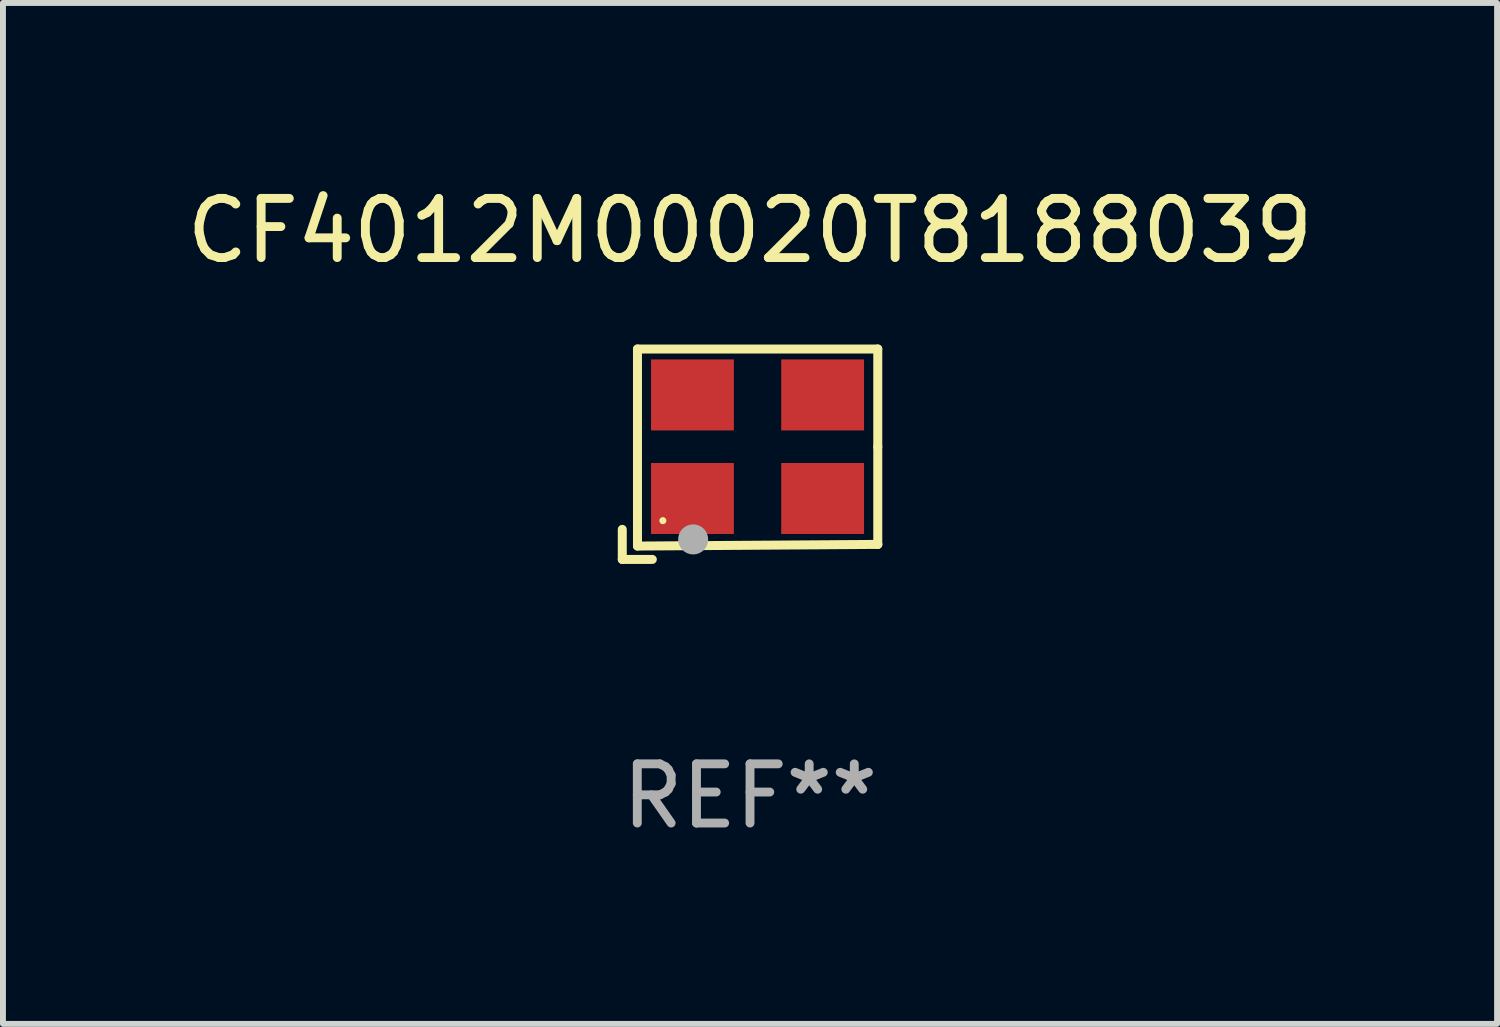
<source format=kicad_pcb>
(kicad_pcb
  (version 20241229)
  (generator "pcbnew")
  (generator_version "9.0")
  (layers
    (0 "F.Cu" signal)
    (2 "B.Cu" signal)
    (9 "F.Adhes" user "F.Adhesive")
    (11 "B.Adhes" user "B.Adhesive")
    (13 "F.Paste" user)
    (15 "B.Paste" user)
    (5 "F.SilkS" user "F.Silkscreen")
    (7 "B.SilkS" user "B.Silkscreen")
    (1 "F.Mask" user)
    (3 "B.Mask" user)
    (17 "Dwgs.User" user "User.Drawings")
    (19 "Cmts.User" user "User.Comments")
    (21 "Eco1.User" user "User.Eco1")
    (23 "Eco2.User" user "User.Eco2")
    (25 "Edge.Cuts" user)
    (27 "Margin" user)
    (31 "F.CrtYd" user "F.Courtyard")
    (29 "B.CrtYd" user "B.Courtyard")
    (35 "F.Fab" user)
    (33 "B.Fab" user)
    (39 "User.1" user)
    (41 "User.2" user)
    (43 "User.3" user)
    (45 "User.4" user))
  (footprint "CF4012M00020T8188039"
    (layer "F.Cu")
    (at 9.625 4.626)
    (property "Reference" "CF4012M00020T8188039" (at 0 -3.778 0) (layer "F.SilkS") (effects (font (size 1 1) (thickness 0.15))))
    (attr through_hole)
    (fp_line (start -2.159 1.27) (end -2.159 1.778) (stroke (width 0.152) (type solid)) (layer "F.SilkS"))
    (fp_line (start -2.159 1.778) (end -1.651 1.778) (stroke (width 0.152) (type solid)) (layer "F.SilkS"))
    (fp_line (start -1.902 -1.778) (end 2.159 -1.778) (stroke (width 0.152) (type solid)) (layer "F.SilkS"))
    (fp_line (start -1.902 1.552) (end -1.902 -1.778) (stroke (width 0.152) (type solid)) (layer "F.SilkS"))
    (fp_line (start 2.159 -1.778) (end 2.159 -0.127) (stroke (width 0.152) (type solid)) (layer "F.SilkS"))
    (fp_line (start 2.159 -0.127) (end 2.159 1.524) (stroke (width 0.152) (type solid)) (layer "F.SilkS"))
    (fp_line (start 2.159 1.524) (end -1.902 1.552) (stroke (width 0.152) (type solid)) (layer "F.SilkS"))
    (fp_line (start 2.159 1.524) (end 2.159 1.524) (stroke (width 0.152) (type solid)) (layer "F.SilkS"))
    (fp_circle (center -1.473 1.123) (end -1.443 1.123) (stroke (width 0.06) (type solid)) (fill no) (layer "F.SilkS"))
    (fp_circle (center -0.961 1.44) (end -0.834 1.44) (stroke (width 0.254) (type solid)) (fill no) (layer "F.Fab"))
    (fp_text user "REF**" (at 0 5.778 0) (layer "F.Fab") (effects (font (size 1 1) (thickness 0.15))))
    (pad "1" smd rect (at -0.973 0.748) (size 1.4 1.2) (layers "F.Cu" "F.Mask" "F.Paste"))
    (pad "2" smd rect (at 1.227 0.748) (size 1.4 1.2) (layers "F.Cu" "F.Mask" "F.Paste"))
    (pad "3" smd rect (at 1.227 -1.002) (size 1.4 1.2) (layers "F.Cu" "F.Mask" "F.Paste"))
    (pad "4" smd rect (at -0.973 -1.002) (size 1.4 1.2) (layers "F.Cu" "F.Mask" "F.Paste")))
  (gr_rect
    (start -3 -3)
    (end 22.25 14.253)
    (stroke (width 0.1) (type default))
    (fill no)
    (layer "Edge.Cuts")))
</source>
